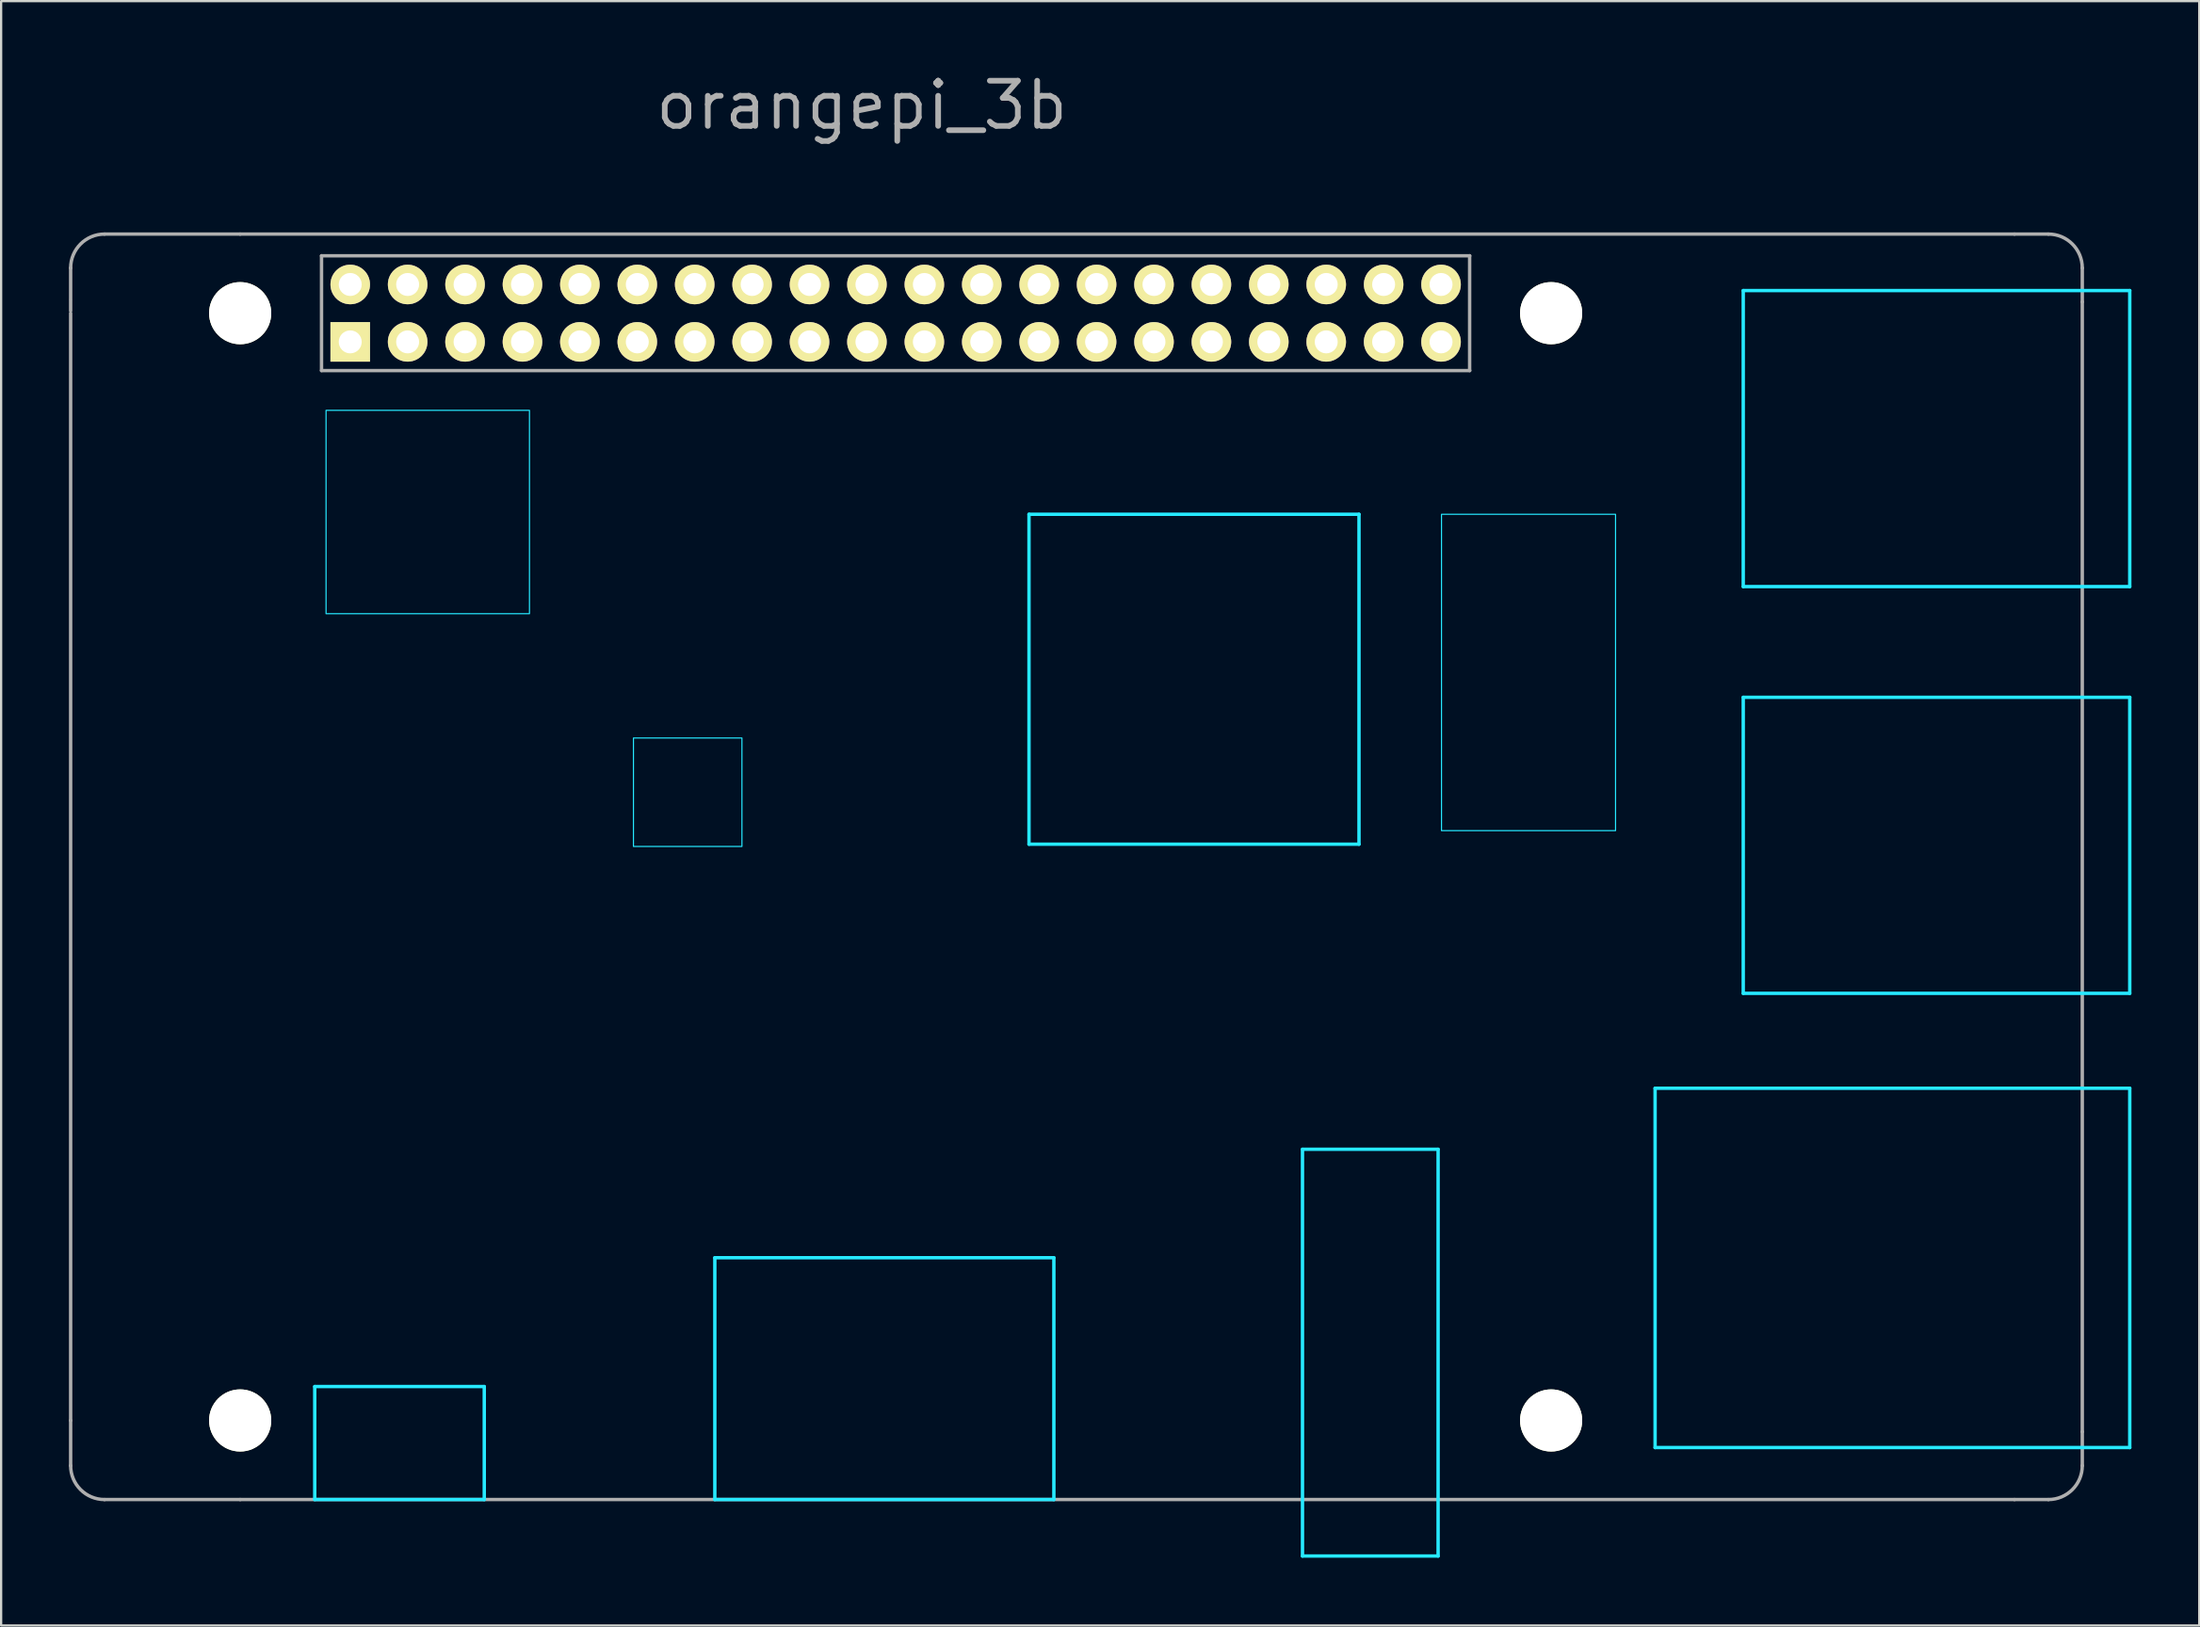
<source format=kicad_pcb>
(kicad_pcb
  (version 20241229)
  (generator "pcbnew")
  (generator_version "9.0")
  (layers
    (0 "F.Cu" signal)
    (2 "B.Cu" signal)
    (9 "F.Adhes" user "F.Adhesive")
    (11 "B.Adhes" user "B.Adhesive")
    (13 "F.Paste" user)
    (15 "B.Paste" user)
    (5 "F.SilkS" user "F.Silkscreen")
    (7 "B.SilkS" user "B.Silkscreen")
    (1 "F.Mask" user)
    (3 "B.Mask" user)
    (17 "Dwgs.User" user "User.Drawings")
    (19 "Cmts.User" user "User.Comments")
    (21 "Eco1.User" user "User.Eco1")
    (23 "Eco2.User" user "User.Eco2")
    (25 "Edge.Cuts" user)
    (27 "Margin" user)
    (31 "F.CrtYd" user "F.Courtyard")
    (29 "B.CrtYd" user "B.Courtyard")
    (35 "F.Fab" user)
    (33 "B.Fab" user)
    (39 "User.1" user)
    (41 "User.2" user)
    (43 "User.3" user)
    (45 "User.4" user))
  (footprint "orangepi_3b"
    (layer "F.Cu")
    (at 36.575 10.809)
    (property "Reference" "orangepi_3b" (at -1.5 -9.2 0) (layer "F.Fab") (effects (font (size 2 2) (thickness 0.25))))
    (attr through_hole)
    (fp_line (start -25.7 52.5) (end -25.7 47.5) (stroke (width 0.15) (type solid)) (layer "B.CrtYd"))
    (fp_line (start -18.2 47.5) (end -25.7 47.5) (stroke (width 0.15) (type solid)) (layer "B.CrtYd"))
    (fp_line (start -18.2 52.5) (end -25.7 52.5) (stroke (width 0.15) (type solid)) (layer "B.CrtYd"))
    (fp_line (start -18.2 52.5) (end -18.2 47.5) (stroke (width 0.15) (type solid)) (layer "B.CrtYd"))
    (fp_line (start -8 41.8) (end -8 52.5) (stroke (width 0.15) (type solid)) (layer "B.CrtYd"))
    (fp_line (start -8 41.8) (end 7 41.8) (stroke (width 0.15) (type solid)) (layer "B.CrtYd"))
    (fp_line (start 5.9 8.9) (end 5.9 23.5) (stroke (width 0.15) (type solid)) (layer "B.CrtYd"))
    (fp_line (start 7 52.5) (end -8 52.5) (stroke (width 0.15) (type solid)) (layer "B.CrtYd"))
    (fp_line (start 7 52.5) (end 7 41.8) (stroke (width 0.15) (type solid)) (layer "B.CrtYd"))
    (fp_line (start 18 37) (end 18 55) (stroke (width 0.15) (type solid)) (layer "B.CrtYd"))
    (fp_line (start 18 55) (end 24 55) (stroke (width 0.15) (type solid)) (layer "B.CrtYd"))
    (fp_line (start 20.5 8.9) (end 5.9 8.9) (stroke (width 0.15) (type solid)) (layer "B.CrtYd"))
    (fp_line (start 20.5 8.9) (end 20.5 23.5) (stroke (width 0.15) (type solid)) (layer "B.CrtYd"))
    (fp_line (start 20.5 23.5) (end 5.9 23.5) (stroke (width 0.15) (type solid)) (layer "B.CrtYd"))
    (fp_line (start 24 37) (end 18 37) (stroke (width 0.15) (type solid)) (layer "B.CrtYd"))
    (fp_line (start 24 55) (end 24 37) (stroke (width 0.15) (type solid)) (layer "B.CrtYd"))
    (fp_line (start 33.6 34.3) (end 54.6 34.3) (stroke (width 0.15) (type solid)) (layer "B.CrtYd"))
    (fp_line (start 33.6 50.2) (end 33.6 34.3) (stroke (width 0.15) (type solid)) (layer "B.CrtYd"))
    (fp_line (start 37.5 -1) (end 37.5 12.1) (stroke (width 0.15) (type solid)) (layer "B.CrtYd"))
    (fp_line (start 37.5 -1) (end 54.6 -1) (stroke (width 0.15) (type solid)) (layer "B.CrtYd"))
    (fp_line (start 37.5 17) (end 54.6 17) (stroke (width 0.15) (type solid)) (layer "B.CrtYd"))
    (fp_line (start 37.5 30.1) (end 37.5 17) (stroke (width 0.15) (type solid)) (layer "B.CrtYd"))
    (fp_line (start 54.6 12.1) (end 37.5 12.1) (stroke (width 0.15) (type solid)) (layer "B.CrtYd"))
    (fp_line (start 54.6 12.1) (end 54.6 -1) (stroke (width 0.15) (type solid)) (layer "B.CrtYd"))
    (fp_line (start 54.6 30.1) (end 37.5 30.1) (stroke (width 0.15) (type solid)) (layer "B.CrtYd"))
    (fp_line (start 54.6 30.1) (end 54.6 17) (stroke (width 0.15) (type solid)) (layer "B.CrtYd"))
    (fp_line (start 54.6 50.2) (end 33.6 50.2) (stroke (width 0.15) (type solid)) (layer "B.CrtYd"))
    (fp_line (start 54.6 50.2) (end 54.6 34.3) (stroke (width 0.15) (type solid)) (layer "B.CrtYd"))
    (fp_rect (start -25.2 4.3) (end -16.2 13.3) (stroke (width 0.05) (type default)) (fill no) (layer "B.CrtYd"))
    (fp_rect (start -11.6 18.8) (end -6.8 23.6) (stroke (width 0.05) (type default)) (fill no) (layer "B.CrtYd"))
    (fp_rect (start 24.15 8.9) (end 31.85 22.9) (stroke (width 0.05) (type default)) (fill no) (layer "B.CrtYd"))
    (fp_line (start -36.5 -2) (end -36.5 -0.1) (stroke (width 0.15) (type solid)) (layer "F.Fab"))
    (fp_line (start -36.5 -0.6) (end -36.5 -0.6) (stroke (width 0.1) (type default)) (layer "F.Fab"))
    (fp_line (start -36.5 51) (end -36.5 49) (stroke (width 0.15) (type solid)) (layer "F.Fab"))
    (fp_line (start -36.5 49) (end -36.5 0) (stroke (width 0.15) (type solid)) (layer "F.Fab"))
    (fp_line (start -35 52.5) (end -29 52.5) (stroke (width 0.15) (type solid)) (layer "F.Fab"))
    (fp_line (start -29 -3.5) (end -35 -3.5) (stroke (width 0.15) (type solid)) (layer "F.Fab"))
    (fp_line (start -29 52.5) (end 49.5 52.5) (stroke (width 0.15) (type solid)) (layer "F.Fab"))
    (fp_line (start -25.4 -2.54) (end -25.4 2.54) (stroke (width 0.15) (type solid)) (layer "F.Fab"))
    (fp_line (start -25.4 -2.54) (end 25.4 -2.54) (stroke (width 0.15) (type solid)) (layer "F.Fab"))
    (fp_line (start 25.395 2.54) (end 25.395 -2.54) (stroke (width 0.15) (type solid)) (layer "F.Fab"))
    (fp_line (start 25.4 2.54) (end -25.4 2.54) (stroke (width 0.15) (type solid)) (layer "F.Fab"))
    (fp_line (start 49.5 -3.5) (end -29 -3.5) (stroke (width 0.15) (type solid)) (layer "F.Fab"))
    (fp_line (start 49.5 52.5) (end 51 52.5) (stroke (width 0.15) (type solid)) (layer "F.Fab"))
    (fp_line (start 51 -3.5) (end 49.5 -3.5) (stroke (width 0.15) (type solid)) (layer "F.Fab"))
    (fp_line (start 52.5 -2) (end 52.5 -0.5) (stroke (width 0.15) (type solid)) (layer "F.Fab"))
    (fp_line (start 52.5 49.5) (end 52.5 -0.5) (stroke (width 0.15) (type solid)) (layer "F.Fab"))
    (fp_line (start 52.5 51) (end 52.5 49.5) (stroke (width 0.15) (type solid)) (layer "F.Fab"))
    (fp_arc (start -36.500001 -2.000001) (mid -36.060661 -3.060661) (end -35.000001 -3.500001) (stroke (width 0.15) (type solid)) (layer "F.Fab"))
    (fp_arc (start -35.000001 52.500001) (mid -36.060661 52.060661) (end -36.500001 51.000001) (stroke (width 0.15) (type solid)) (layer "F.Fab"))
    (fp_arc (start 51 -3.5) (mid 52.06066 -3.06066) (end 52.5 -2) (stroke (width 0.15) (type solid)) (layer "F.Fab"))
    (fp_arc (start 52.500001 51.000001) (mid 52.060661 52.060661) (end 51.000001 52.500001) (stroke (width 0.15) (type solid)) (layer "F.Fab"))
    (pad "" np_thru_hole circle (at -29 0) (size 2.75 2.75) (drill 2.75) (layers "*.Cu" "*.Mask" "F.SilkS"))
    (pad "" np_thru_hole circle (at -29 49) (size 2.75 2.75) (drill 2.75) (layers "*.Cu" "*.Mask" "F.SilkS"))
    (pad "" np_thru_hole circle (at 29 0) (size 2.75 2.75) (drill 2.75) (layers "*.Cu" "*.Mask" "F.SilkS"))
    (pad "" np_thru_hole circle (at 29 49) (size 2.75 2.75) (drill 2.75) (layers "*.Cu" "*.Mask" "F.SilkS"))
    (pad "1" thru_hole rect (at -24.13 1.27) (size 1.75 1.75) (drill 1.016) (layers "*.Cu" "*.Mask" "F.SilkS"))
    (pad "2" thru_hole circle (at -24.13 -1.27) (size 1.75 1.75) (drill 1.016) (layers "*.Cu" "*.Mask" "F.SilkS"))
    (pad "3" thru_hole circle (at -21.59 1.27) (size 1.75 1.75) (drill 1.016) (layers "*.Cu" "*.Mask" "F.SilkS"))
    (pad "4" thru_hole circle (at -21.59 -1.27) (size 1.75 1.75) (drill 1.016) (layers "*.Cu" "*.Mask" "F.SilkS"))
    (pad "5" thru_hole circle (at -19.05 1.27) (size 1.75 1.75) (drill 1.016) (layers "*.Cu" "*.Mask" "F.SilkS"))
    (pad "6" thru_hole circle (at -19.05 -1.27) (size 1.75 1.75) (drill 1.016) (layers "*.Cu" "*.Mask" "F.SilkS"))
    (pad "7" thru_hole circle (at -16.51 1.27) (size 1.75 1.75) (drill 1.016) (layers "*.Cu" "*.Mask" "F.SilkS"))
    (pad "8" thru_hole circle (at -16.51 -1.27) (size 1.75 1.75) (drill 1.016) (layers "*.Cu" "*.Mask" "F.SilkS"))
    (pad "9" thru_hole circle (at -13.97 1.27) (size 1.75 1.75) (drill 1.016) (layers "*.Cu" "*.Mask" "F.SilkS"))
    (pad "10" thru_hole circle (at -13.97 -1.27) (size 1.75 1.75) (drill 1.016) (layers "*.Cu" "*.Mask" "F.SilkS"))
    (pad "11" thru_hole circle (at -11.43 1.27) (size 1.75 1.75) (drill 1.016) (layers "*.Cu" "*.Mask" "F.SilkS"))
    (pad "12" thru_hole circle (at -11.43 -1.27) (size 1.75 1.75) (drill 1.016) (layers "*.Cu" "*.Mask" "F.SilkS"))
    (pad "13" thru_hole circle (at -8.89 1.27) (size 1.75 1.75) (drill 1.016) (layers "*.Cu" "*.Mask" "F.SilkS"))
    (pad "14" thru_hole circle (at -8.89 -1.27) (size 1.75 1.75) (drill 1.016) (layers "*.Cu" "*.Mask" "F.SilkS"))
    (pad "15" thru_hole circle (at -6.35 1.27) (size 1.75 1.75) (drill 1.016) (layers "*.Cu" "*.Mask" "F.SilkS"))
    (pad "16" thru_hole circle (at -6.35 -1.27) (size 1.75 1.75) (drill 1.016) (layers "*.Cu" "*.Mask" "F.SilkS"))
    (pad "17" thru_hole circle (at -3.81 1.27) (size 1.75 1.75) (drill 1.016) (layers "*.Cu" "*.Mask" "F.SilkS"))
    (pad "18" thru_hole circle (at -3.81 -1.27) (size 1.75 1.75) (drill 1.016) (layers "*.Cu" "*.Mask" "F.SilkS"))
    (pad "19" thru_hole circle (at -1.27 1.27) (size 1.75 1.75) (drill 1.016) (layers "*.Cu" "*.Mask" "F.SilkS"))
    (pad "20" thru_hole circle (at -1.27 -1.27) (size 1.75 1.75) (drill 1.016) (layers "*.Cu" "*.Mask" "F.SilkS"))
    (pad "21" thru_hole circle (at 1.27 1.27) (size 1.75 1.75) (drill 1.016) (layers "*.Cu" "*.Mask" "F.SilkS"))
    (pad "22" thru_hole circle (at 1.27 -1.27) (size 1.75 1.75) (drill 1.016) (layers "*.Cu" "*.Mask" "F.SilkS"))
    (pad "23" thru_hole circle (at 3.81 1.27) (size 1.75 1.75) (drill 1.016) (layers "*.Cu" "*.Mask" "F.SilkS"))
    (pad "24" thru_hole circle (at 3.81 -1.27) (size 1.75 1.75) (drill 1.016) (layers "*.Cu" "*.Mask" "F.SilkS"))
    (pad "25" thru_hole circle (at 6.35 1.27) (size 1.75 1.75) (drill 1.016) (layers "*.Cu" "*.Mask" "F.SilkS"))
    (pad "26" thru_hole circle (at 6.35 -1.27) (size 1.75 1.75) (drill 1.016) (layers "*.Cu" "*.Mask" "F.SilkS"))
    (pad "27" thru_hole circle (at 8.89 1.27) (size 1.75 1.75) (drill 1.016) (layers "*.Cu" "*.Mask" "F.SilkS"))
    (pad "28" thru_hole circle (at 8.89 -1.27) (size 1.75 1.75) (drill 1.016) (layers "*.Cu" "*.Mask" "F.SilkS"))
    (pad "29" thru_hole circle (at 11.43 1.27) (size 1.75 1.75) (drill 1.016) (layers "*.Cu" "*.Mask" "F.SilkS"))
    (pad "30" thru_hole circle (at 11.43 -1.27) (size 1.75 1.75) (drill 1.016) (layers "*.Cu" "*.Mask" "F.SilkS"))
    (pad "31" thru_hole circle (at 13.97 1.27) (size 1.75 1.75) (drill 1.016) (layers "*.Cu" "*.Mask" "F.SilkS"))
    (pad "32" thru_hole circle (at 13.97 -1.27) (size 1.75 1.75) (drill 1.016) (layers "*.Cu" "*.Mask" "F.SilkS"))
    (pad "33" thru_hole circle (at 16.51 1.27) (size 1.75 1.75) (drill 1.016) (layers "*.Cu" "*.Mask" "F.SilkS"))
    (pad "34" thru_hole circle (at 16.51 -1.27) (size 1.75 1.75) (drill 1.016) (layers "*.Cu" "*.Mask" "F.SilkS"))
    (pad "35" thru_hole circle (at 19.05 1.27) (size 1.75 1.75) (drill 1.016) (layers "*.Cu" "*.Mask" "F.SilkS"))
    (pad "36" thru_hole circle (at 19.05 -1.27) (size 1.75 1.75) (drill 1.016) (layers "*.Cu" "*.Mask" "F.SilkS"))
    (pad "37" thru_hole circle (at 21.59 1.27) (size 1.75 1.75) (drill 1.016) (layers "*.Cu" "*.Mask" "F.SilkS"))
    (pad "38" thru_hole circle (at 21.59 -1.27) (size 1.75 1.75) (drill 1.016) (layers "*.Cu" "*.Mask" "F.SilkS"))
    (pad "39" thru_hole circle (at 24.13 1.27) (size 1.75 1.75) (drill 1.016) (layers "*.Cu" "*.Mask" "F.SilkS"))
    (pad "40" thru_hole circle (at 24.13 -1.27) (size 1.75 1.75) (drill 1.016) (layers "*.Cu" "*.Mask" "F.SilkS")))
  (gr_rect
    (start -3 -3)
    (end 94.25 68.884)
    (stroke (width 0.1) (type default))
    (fill no)
    (layer "Edge.Cuts")))
</source>
